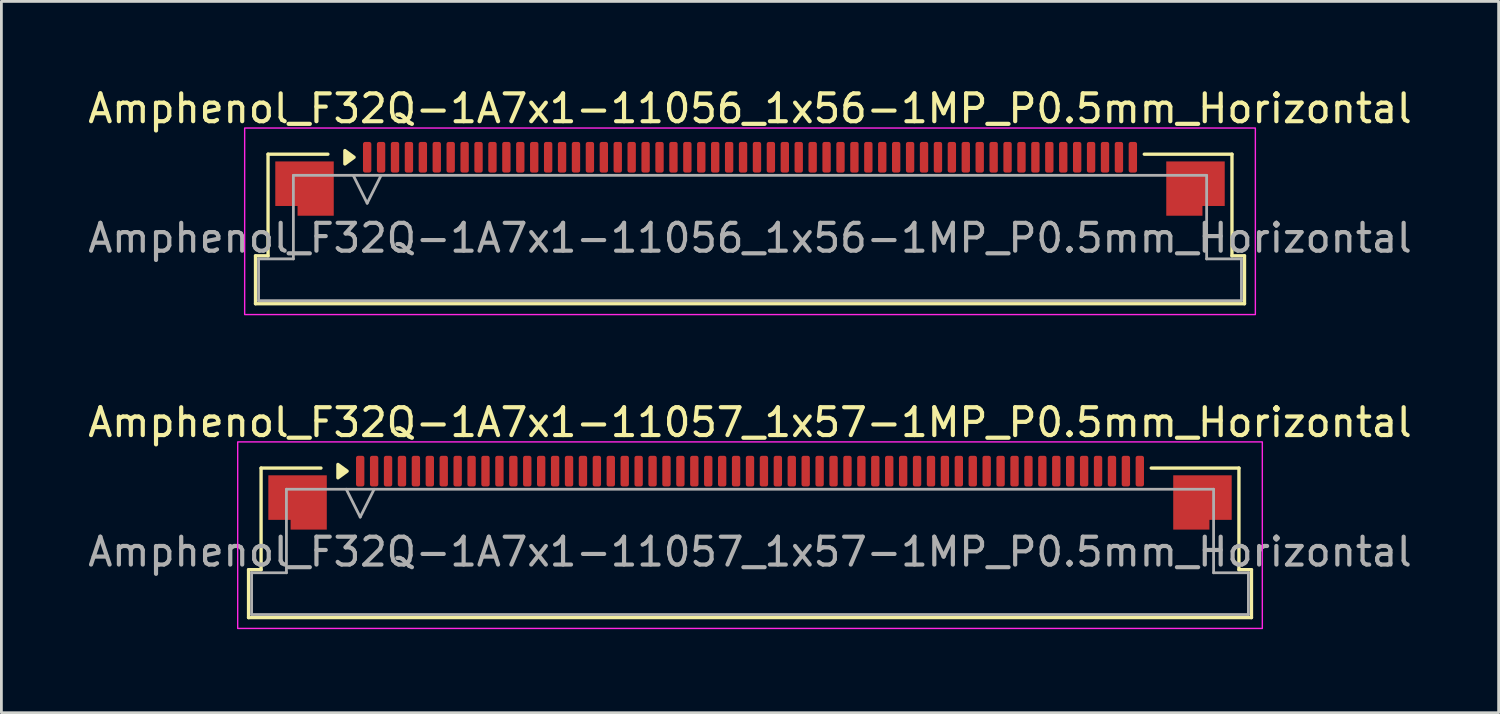
<source format=kicad_pcb>
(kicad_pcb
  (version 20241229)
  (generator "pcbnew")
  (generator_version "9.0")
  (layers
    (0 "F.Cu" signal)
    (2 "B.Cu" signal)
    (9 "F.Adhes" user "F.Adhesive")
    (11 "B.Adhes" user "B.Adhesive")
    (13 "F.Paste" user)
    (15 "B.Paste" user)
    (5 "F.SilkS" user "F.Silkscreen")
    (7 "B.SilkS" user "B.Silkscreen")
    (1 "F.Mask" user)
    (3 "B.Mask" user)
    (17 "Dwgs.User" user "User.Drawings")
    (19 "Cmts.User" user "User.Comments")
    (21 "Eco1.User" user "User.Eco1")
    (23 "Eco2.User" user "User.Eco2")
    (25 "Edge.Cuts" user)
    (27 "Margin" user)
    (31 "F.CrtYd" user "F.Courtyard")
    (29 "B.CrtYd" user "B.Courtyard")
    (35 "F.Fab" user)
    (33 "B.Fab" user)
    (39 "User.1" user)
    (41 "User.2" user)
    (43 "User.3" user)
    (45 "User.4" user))
  (footprint "Amphenol_F32Q-1A7x1-11056_1x56-1MP_P0.5mm_Horizontal"
    (layer "F.Cu")
    (at 23.887 5.498)
    (property "Reference" "Amphenol_F32Q-1A7x1-11056_1x56-1MP_P0.5mm_Horizontal" (at 0 -4.65 0) (layer "F.SilkS") (effects (font (size 1 1) (thickness 0.15))))
    (attr smd)
    (fp_line (start -17.76 0.64) (end -17.31 0.64) (stroke (width 0.12) (type solid)) (layer "F.SilkS"))
    (fp_line (start -17.76 2.36) (end -17.76 0.64) (stroke (width 0.12) (type solid)) (layer "F.SilkS"))
    (fp_line (start -17.31 -3.01) (end -15.16 -3.01) (stroke (width 0.12) (type solid)) (layer "F.SilkS"))
    (fp_line (start -17.31 0.64) (end -17.31 -3.01) (stroke (width 0.12) (type solid)) (layer "F.SilkS"))
    (fp_line (start 14.16 -3.01) (end 17.31 -3.01) (stroke (width 0.12) (type solid)) (layer "F.SilkS"))
    (fp_line (start 17.31 -3.01) (end 17.31 0.64) (stroke (width 0.12) (type solid)) (layer "F.SilkS"))
    (fp_line (start 17.31 0.64) (end 17.76 0.64) (stroke (width 0.12) (type solid)) (layer "F.SilkS"))
    (fp_line (start 17.76 0.64) (end 17.76 2.36) (stroke (width 0.12) (type solid)) (layer "F.SilkS"))
    (fp_line (start 17.76 2.36) (end -17.76 2.36) (stroke (width 0.12) (type solid)) (layer "F.SilkS"))
    (fp_poly (pts (xy -14.22 -2.9) (xy -14.55 -2.66) (xy -14.55 -3.14)) (stroke (width 0.12) (type solid)) (fill yes) (layer "F.SilkS"))
    (fp_rect (start -18.15 -3.95) (end 18.15 2.75) (stroke (width 0.05) (type solid)) (fill no) (layer "F.CrtYd"))
    (fp_line (start -17.65 0.75) (end -16.4 0.75) (stroke (width 0.1) (type solid)) (layer "F.Fab"))
    (fp_line (start -17.65 2.25) (end -17.65 0.75) (stroke (width 0.1) (type solid)) (layer "F.Fab"))
    (fp_line (start -16.4 -2.25) (end 16.4 -2.25) (stroke (width 0.1) (type solid)) (layer "F.Fab"))
    (fp_line (start -16.4 0.75) (end -16.4 -2.25) (stroke (width 0.1) (type solid)) (layer "F.Fab"))
    (fp_line (start -14.25 -2.25) (end -13.75 -1.25) (stroke (width 0.1) (type solid)) (layer "F.Fab"))
    (fp_line (start -13.75 -1.25) (end -13.25 -2.25) (stroke (width 0.1) (type solid)) (layer "F.Fab"))
    (fp_line (start 16.4 -2.25) (end 16.4 0.75) (stroke (width 0.1) (type solid)) (layer "F.Fab"))
    (fp_line (start 16.4 0.75) (end 17.65 0.75) (stroke (width 0.1) (type solid)) (layer "F.Fab"))
    (fp_line (start 17.65 0.75) (end 17.65 2.25) (stroke (width 0.1) (type solid)) (layer "F.Fab"))
    (fp_line (start 17.65 2.25) (end -17.65 2.25) (stroke (width 0.1) (type solid)) (layer "F.Fab"))
    (fp_text user "${REFERENCE}" (at 0 0 0) (layer "F.Fab") (effects (font (size 1 1) (thickness 0.15))))
    (pad "1" smd roundrect (at -13.75 -2.9) (size 0.3 1.1) (layers "F.Cu" "F.Mask" "F.Paste") (roundrect_rratio 0.25))
    (pad "2" smd roundrect (at -13.25 -2.9) (size 0.3 1.1) (layers "F.Cu" "F.Mask" "F.Paste") (roundrect_rratio 0.25))
    (pad "3" smd roundrect (at -12.75 -2.9) (size 0.3 1.1) (layers "F.Cu" "F.Mask" "F.Paste") (roundrect_rratio 0.25))
    (pad "4" smd roundrect (at -12.25 -2.9) (size 0.3 1.1) (layers "F.Cu" "F.Mask" "F.Paste") (roundrect_rratio 0.25))
    (pad "5" smd roundrect (at -11.75 -2.9) (size 0.3 1.1) (layers "F.Cu" "F.Mask" "F.Paste") (roundrect_rratio 0.25))
    (pad "6" smd roundrect (at -11.25 -2.9) (size 0.3 1.1) (layers "F.Cu" "F.Mask" "F.Paste") (roundrect_rratio 0.25))
    (pad "7" smd roundrect (at -10.75 -2.9) (size 0.3 1.1) (layers "F.Cu" "F.Mask" "F.Paste") (roundrect_rratio 0.25))
    (pad "8" smd roundrect (at -10.25 -2.9) (size 0.3 1.1) (layers "F.Cu" "F.Mask" "F.Paste") (roundrect_rratio 0.25))
    (pad "9" smd roundrect (at -9.75 -2.9) (size 0.3 1.1) (layers "F.Cu" "F.Mask" "F.Paste") (roundrect_rratio 0.25))
    (pad "10" smd roundrect (at -9.25 -2.9) (size 0.3 1.1) (layers "F.Cu" "F.Mask" "F.Paste") (roundrect_rratio 0.25))
    (pad "11" smd roundrect (at -8.75 -2.9) (size 0.3 1.1) (layers "F.Cu" "F.Mask" "F.Paste") (roundrect_rratio 0.25))
    (pad "12" smd roundrect (at -8.25 -2.9) (size 0.3 1.1) (layers "F.Cu" "F.Mask" "F.Paste") (roundrect_rratio 0.25))
    (pad "13" smd roundrect (at -7.75 -2.9) (size 0.3 1.1) (layers "F.Cu" "F.Mask" "F.Paste") (roundrect_rratio 0.25))
    (pad "14" smd roundrect (at -7.25 -2.9) (size 0.3 1.1) (layers "F.Cu" "F.Mask" "F.Paste") (roundrect_rratio 0.25))
    (pad "15" smd roundrect (at -6.75 -2.9) (size 0.3 1.1) (layers "F.Cu" "F.Mask" "F.Paste") (roundrect_rratio 0.25))
    (pad "16" smd roundrect (at -6.25 -2.9) (size 0.3 1.1) (layers "F.Cu" "F.Mask" "F.Paste") (roundrect_rratio 0.25))
    (pad "17" smd roundrect (at -5.75 -2.9) (size 0.3 1.1) (layers "F.Cu" "F.Mask" "F.Paste") (roundrect_rratio 0.25))
    (pad "18" smd roundrect (at -5.25 -2.9) (size 0.3 1.1) (layers "F.Cu" "F.Mask" "F.Paste") (roundrect_rratio 0.25))
    (pad "19" smd roundrect (at -4.75 -2.9) (size 0.3 1.1) (layers "F.Cu" "F.Mask" "F.Paste") (roundrect_rratio 0.25))
    (pad "20" smd roundrect (at -4.25 -2.9) (size 0.3 1.1) (layers "F.Cu" "F.Mask" "F.Paste") (roundrect_rratio 0.25))
    (pad "21" smd roundrect (at -3.75 -2.9) (size 0.3 1.1) (layers "F.Cu" "F.Mask" "F.Paste") (roundrect_rratio 0.25))
    (pad "22" smd roundrect (at -3.25 -2.9) (size 0.3 1.1) (layers "F.Cu" "F.Mask" "F.Paste") (roundrect_rratio 0.25))
    (pad "23" smd roundrect (at -2.75 -2.9) (size 0.3 1.1) (layers "F.Cu" "F.Mask" "F.Paste") (roundrect_rratio 0.25))
    (pad "24" smd roundrect (at -2.25 -2.9) (size 0.3 1.1) (layers "F.Cu" "F.Mask" "F.Paste") (roundrect_rratio 0.25))
    (pad "25" smd roundrect (at -1.75 -2.9) (size 0.3 1.1) (layers "F.Cu" "F.Mask" "F.Paste") (roundrect_rratio 0.25))
    (pad "26" smd roundrect (at -1.25 -2.9) (size 0.3 1.1) (layers "F.Cu" "F.Mask" "F.Paste") (roundrect_rratio 0.25))
    (pad "27" smd roundrect (at -0.75 -2.9) (size 0.3 1.1) (layers "F.Cu" "F.Mask" "F.Paste") (roundrect_rratio 0.25))
    (pad "28" smd roundrect (at -0.25 -2.9) (size 0.3 1.1) (layers "F.Cu" "F.Mask" "F.Paste") (roundrect_rratio 0.25))
    (pad "29" smd roundrect (at 0.25 -2.9) (size 0.3 1.1) (layers "F.Cu" "F.Mask" "F.Paste") (roundrect_rratio 0.25))
    (pad "30" smd roundrect (at 0.75 -2.9) (size 0.3 1.1) (layers "F.Cu" "F.Mask" "F.Paste") (roundrect_rratio 0.25))
    (pad "31" smd roundrect (at 1.25 -2.9) (size 0.3 1.1) (layers "F.Cu" "F.Mask" "F.Paste") (roundrect_rratio 0.25))
    (pad "32" smd roundrect (at 1.75 -2.9) (size 0.3 1.1) (layers "F.Cu" "F.Mask" "F.Paste") (roundrect_rratio 0.25))
    (pad "33" smd roundrect (at 2.25 -2.9) (size 0.3 1.1) (layers "F.Cu" "F.Mask" "F.Paste") (roundrect_rratio 0.25))
    (pad "34" smd roundrect (at 2.75 -2.9) (size 0.3 1.1) (layers "F.Cu" "F.Mask" "F.Paste") (roundrect_rratio 0.25))
    (pad "35" smd roundrect (at 3.25 -2.9) (size 0.3 1.1) (layers "F.Cu" "F.Mask" "F.Paste") (roundrect_rratio 0.25))
    (pad "36" smd roundrect (at 3.75 -2.9) (size 0.3 1.1) (layers "F.Cu" "F.Mask" "F.Paste") (roundrect_rratio 0.25))
    (pad "37" smd roundrect (at 4.25 -2.9) (size 0.3 1.1) (layers "F.Cu" "F.Mask" "F.Paste") (roundrect_rratio 0.25))
    (pad "38" smd roundrect (at 4.75 -2.9) (size 0.3 1.1) (layers "F.Cu" "F.Mask" "F.Paste") (roundrect_rratio 0.25))
    (pad "39" smd roundrect (at 5.25 -2.9) (size 0.3 1.1) (layers "F.Cu" "F.Mask" "F.Paste") (roundrect_rratio 0.25))
    (pad "40" smd roundrect (at 5.75 -2.9) (size 0.3 1.1) (layers "F.Cu" "F.Mask" "F.Paste") (roundrect_rratio 0.25))
    (pad "41" smd roundrect (at 6.25 -2.9) (size 0.3 1.1) (layers "F.Cu" "F.Mask" "F.Paste") (roundrect_rratio 0.25))
    (pad "42" smd roundrect (at 6.75 -2.9) (size 0.3 1.1) (layers "F.Cu" "F.Mask" "F.Paste") (roundrect_rratio 0.25))
    (pad "43" smd roundrect (at 7.25 -2.9) (size 0.3 1.1) (layers "F.Cu" "F.Mask" "F.Paste") (roundrect_rratio 0.25))
    (pad "44" smd roundrect (at 7.75 -2.9) (size 0.3 1.1) (layers "F.Cu" "F.Mask" "F.Paste") (roundrect_rratio 0.25))
    (pad "45" smd roundrect (at 8.25 -2.9) (size 0.3 1.1) (layers "F.Cu" "F.Mask" "F.Paste") (roundrect_rratio 0.25))
    (pad "46" smd roundrect (at 8.75 -2.9) (size 0.3 1.1) (layers "F.Cu" "F.Mask" "F.Paste") (roundrect_rratio 0.25))
    (pad "47" smd roundrect (at 9.25 -2.9) (size 0.3 1.1) (layers "F.Cu" "F.Mask" "F.Paste") (roundrect_rratio 0.25))
    (pad "48" smd roundrect (at 9.75 -2.9) (size 0.3 1.1) (layers "F.Cu" "F.Mask" "F.Paste") (roundrect_rratio 0.25))
    (pad "49" smd roundrect (at 10.25 -2.9) (size 0.3 1.1) (layers "F.Cu" "F.Mask" "F.Paste") (roundrect_rratio 0.25))
    (pad "50" smd roundrect (at 10.75 -2.9) (size 0.3 1.1) (layers "F.Cu" "F.Mask" "F.Paste") (roundrect_rratio 0.25))
    (pad "51" smd roundrect (at 11.25 -2.9) (size 0.3 1.1) (layers "F.Cu" "F.Mask" "F.Paste") (roundrect_rratio 0.25))
    (pad "52" smd roundrect (at 11.75 -2.9) (size 0.3 1.1) (layers "F.Cu" "F.Mask" "F.Paste") (roundrect_rratio 0.25))
    (pad "53" smd roundrect (at 12.25 -2.9) (size 0.3 1.1) (layers "F.Cu" "F.Mask" "F.Paste") (roundrect_rratio 0.25))
    (pad "54" smd roundrect (at 12.75 -2.9) (size 0.3 1.1) (layers "F.Cu" "F.Mask" "F.Paste") (roundrect_rratio 0.25))
    (pad "55" smd roundrect (at 13.25 -2.9) (size 0.3 1.1) (layers "F.Cu" "F.Mask" "F.Paste") (roundrect_rratio 0.25))
    (pad "56" smd roundrect (at 13.75 -2.9) (size 0.3 1.1) (layers "F.Cu" "F.Mask" "F.Paste") (roundrect_rratio 0.25))
    (pad "MP" smd custom (at -16 -1.775) (size 1 1) (layers "F.Cu" "F.Mask" "F.Paste") (options (anchor circle)) (primitives (gr_poly (pts (xy 1.05 -0.975) (xy 1.05 0.975) (xy -0.25 0.975) (xy -0.25 0.625) (xy -1.05 0.625) (xy -1.05 -0.975)) (width 0) (fill yes))))
    (pad "MP" smd custom (at 16 -1.775) (size 1 1) (layers "F.Cu" "F.Mask" "F.Paste") (options (anchor circle)) (primitives (gr_poly (pts (xy -1.05 -0.975) (xy -1.05 0.975) (xy 0.25 0.975) (xy 0.25 0.625) (xy 1.05 0.625) (xy 1.05 -0.975)) (width 0) (fill yes)))))
  (footprint "Amphenol_F32Q-1A7x1-11057_1x57-1MP_P0.5mm_Horizontal"
    (layer "F.Cu")
    (at 23.887 16.771)
    (property "Reference" "Amphenol_F32Q-1A7x1-11057_1x57-1MP_P0.5mm_Horizontal" (at 0 -4.65 0) (layer "F.SilkS") (effects (font (size 1 1) (thickness 0.15))))
    (attr smd)
    (fp_line (start -18.01 0.64) (end -17.56 0.64) (stroke (width 0.12) (type solid)) (layer "F.SilkS"))
    (fp_line (start -18.01 2.36) (end -18.01 0.64) (stroke (width 0.12) (type solid)) (layer "F.SilkS"))
    (fp_line (start -17.56 -3.01) (end -15.41 -3.01) (stroke (width 0.12) (type solid)) (layer "F.SilkS"))
    (fp_line (start -17.56 0.64) (end -17.56 -3.01) (stroke (width 0.12) (type solid)) (layer "F.SilkS"))
    (fp_line (start 14.41 -3.01) (end 17.56 -3.01) (stroke (width 0.12) (type solid)) (layer "F.SilkS"))
    (fp_line (start 17.56 -3.01) (end 17.56 0.64) (stroke (width 0.12) (type solid)) (layer "F.SilkS"))
    (fp_line (start 17.56 0.64) (end 18.01 0.64) (stroke (width 0.12) (type solid)) (layer "F.SilkS"))
    (fp_line (start 18.01 0.64) (end 18.01 2.36) (stroke (width 0.12) (type solid)) (layer "F.SilkS"))
    (fp_line (start 18.01 2.36) (end -18.01 2.36) (stroke (width 0.12) (type solid)) (layer "F.SilkS"))
    (fp_poly (pts (xy -14.47 -2.9) (xy -14.8 -2.66) (xy -14.8 -3.14)) (stroke (width 0.12) (type solid)) (fill yes) (layer "F.SilkS"))
    (fp_rect (start -18.4 -3.95) (end 18.4 2.75) (stroke (width 0.05) (type solid)) (fill no) (layer "F.CrtYd"))
    (fp_line (start -17.9 0.75) (end -16.65 0.75) (stroke (width 0.1) (type solid)) (layer "F.Fab"))
    (fp_line (start -17.9 2.25) (end -17.9 0.75) (stroke (width 0.1) (type solid)) (layer "F.Fab"))
    (fp_line (start -16.65 -2.25) (end 16.65 -2.25) (stroke (width 0.1) (type solid)) (layer "F.Fab"))
    (fp_line (start -16.65 0.75) (end -16.65 -2.25) (stroke (width 0.1) (type solid)) (layer "F.Fab"))
    (fp_line (start -14.5 -2.25) (end -14 -1.25) (stroke (width 0.1) (type solid)) (layer "F.Fab"))
    (fp_line (start -14 -1.25) (end -13.5 -2.25) (stroke (width 0.1) (type solid)) (layer "F.Fab"))
    (fp_line (start 16.65 -2.25) (end 16.65 0.75) (stroke (width 0.1) (type solid)) (layer "F.Fab"))
    (fp_line (start 16.65 0.75) (end 17.9 0.75) (stroke (width 0.1) (type solid)) (layer "F.Fab"))
    (fp_line (start 17.9 0.75) (end 17.9 2.25) (stroke (width 0.1) (type solid)) (layer "F.Fab"))
    (fp_line (start 17.9 2.25) (end -17.9 2.25) (stroke (width 0.1) (type solid)) (layer "F.Fab"))
    (fp_text user "${REFERENCE}" (at 0 0 0) (layer "F.Fab") (effects (font (size 1 1) (thickness 0.15))))
    (pad "1" smd roundrect (at -14 -2.9) (size 0.3 1.1) (layers "F.Cu" "F.Mask" "F.Paste") (roundrect_rratio 0.25))
    (pad "2" smd roundrect (at -13.5 -2.9) (size 0.3 1.1) (layers "F.Cu" "F.Mask" "F.Paste") (roundrect_rratio 0.25))
    (pad "3" smd roundrect (at -13 -2.9) (size 0.3 1.1) (layers "F.Cu" "F.Mask" "F.Paste") (roundrect_rratio 0.25))
    (pad "4" smd roundrect (at -12.5 -2.9) (size 0.3 1.1) (layers "F.Cu" "F.Mask" "F.Paste") (roundrect_rratio 0.25))
    (pad "5" smd roundrect (at -12 -2.9) (size 0.3 1.1) (layers "F.Cu" "F.Mask" "F.Paste") (roundrect_rratio 0.25))
    (pad "6" smd roundrect (at -11.5 -2.9) (size 0.3 1.1) (layers "F.Cu" "F.Mask" "F.Paste") (roundrect_rratio 0.25))
    (pad "7" smd roundrect (at -11 -2.9) (size 0.3 1.1) (layers "F.Cu" "F.Mask" "F.Paste") (roundrect_rratio 0.25))
    (pad "8" smd roundrect (at -10.5 -2.9) (size 0.3 1.1) (layers "F.Cu" "F.Mask" "F.Paste") (roundrect_rratio 0.25))
    (pad "9" smd roundrect (at -10 -2.9) (size 0.3 1.1) (layers "F.Cu" "F.Mask" "F.Paste") (roundrect_rratio 0.25))
    (pad "10" smd roundrect (at -9.5 -2.9) (size 0.3 1.1) (layers "F.Cu" "F.Mask" "F.Paste") (roundrect_rratio 0.25))
    (pad "11" smd roundrect (at -9 -2.9) (size 0.3 1.1) (layers "F.Cu" "F.Mask" "F.Paste") (roundrect_rratio 0.25))
    (pad "12" smd roundrect (at -8.5 -2.9) (size 0.3 1.1) (layers "F.Cu" "F.Mask" "F.Paste") (roundrect_rratio 0.25))
    (pad "13" smd roundrect (at -8 -2.9) (size 0.3 1.1) (layers "F.Cu" "F.Mask" "F.Paste") (roundrect_rratio 0.25))
    (pad "14" smd roundrect (at -7.5 -2.9) (size 0.3 1.1) (layers "F.Cu" "F.Mask" "F.Paste") (roundrect_rratio 0.25))
    (pad "15" smd roundrect (at -7 -2.9) (size 0.3 1.1) (layers "F.Cu" "F.Mask" "F.Paste") (roundrect_rratio 0.25))
    (pad "16" smd roundrect (at -6.5 -2.9) (size 0.3 1.1) (layers "F.Cu" "F.Mask" "F.Paste") (roundrect_rratio 0.25))
    (pad "17" smd roundrect (at -6 -2.9) (size 0.3 1.1) (layers "F.Cu" "F.Mask" "F.Paste") (roundrect_rratio 0.25))
    (pad "18" smd roundrect (at -5.5 -2.9) (size 0.3 1.1) (layers "F.Cu" "F.Mask" "F.Paste") (roundrect_rratio 0.25))
    (pad "19" smd roundrect (at -5 -2.9) (size 0.3 1.1) (layers "F.Cu" "F.Mask" "F.Paste") (roundrect_rratio 0.25))
    (pad "20" smd roundrect (at -4.5 -2.9) (size 0.3 1.1) (layers "F.Cu" "F.Mask" "F.Paste") (roundrect_rratio 0.25))
    (pad "21" smd roundrect (at -4 -2.9) (size 0.3 1.1) (layers "F.Cu" "F.Mask" "F.Paste") (roundrect_rratio 0.25))
    (pad "22" smd roundrect (at -3.5 -2.9) (size 0.3 1.1) (layers "F.Cu" "F.Mask" "F.Paste") (roundrect_rratio 0.25))
    (pad "23" smd roundrect (at -3 -2.9) (size 0.3 1.1) (layers "F.Cu" "F.Mask" "F.Paste") (roundrect_rratio 0.25))
    (pad "24" smd roundrect (at -2.5 -2.9) (size 0.3 1.1) (layers "F.Cu" "F.Mask" "F.Paste") (roundrect_rratio 0.25))
    (pad "25" smd roundrect (at -2 -2.9) (size 0.3 1.1) (layers "F.Cu" "F.Mask" "F.Paste") (roundrect_rratio 0.25))
    (pad "26" smd roundrect (at -1.5 -2.9) (size 0.3 1.1) (layers "F.Cu" "F.Mask" "F.Paste") (roundrect_rratio 0.25))
    (pad "27" smd roundrect (at -1 -2.9) (size 0.3 1.1) (layers "F.Cu" "F.Mask" "F.Paste") (roundrect_rratio 0.25))
    (pad "28" smd roundrect (at -0.5 -2.9) (size 0.3 1.1) (layers "F.Cu" "F.Mask" "F.Paste") (roundrect_rratio 0.25))
    (pad "29" smd roundrect (at 0 -2.9) (size 0.3 1.1) (layers "F.Cu" "F.Mask" "F.Paste") (roundrect_rratio 0.25))
    (pad "30" smd roundrect (at 0.5 -2.9) (size 0.3 1.1) (layers "F.Cu" "F.Mask" "F.Paste") (roundrect_rratio 0.25))
    (pad "31" smd roundrect (at 1 -2.9) (size 0.3 1.1) (layers "F.Cu" "F.Mask" "F.Paste") (roundrect_rratio 0.25))
    (pad "32" smd roundrect (at 1.5 -2.9) (size 0.3 1.1) (layers "F.Cu" "F.Mask" "F.Paste") (roundrect_rratio 0.25))
    (pad "33" smd roundrect (at 2 -2.9) (size 0.3 1.1) (layers "F.Cu" "F.Mask" "F.Paste") (roundrect_rratio 0.25))
    (pad "34" smd roundrect (at 2.5 -2.9) (size 0.3 1.1) (layers "F.Cu" "F.Mask" "F.Paste") (roundrect_rratio 0.25))
    (pad "35" smd roundrect (at 3 -2.9) (size 0.3 1.1) (layers "F.Cu" "F.Mask" "F.Paste") (roundrect_rratio 0.25))
    (pad "36" smd roundrect (at 3.5 -2.9) (size 0.3 1.1) (layers "F.Cu" "F.Mask" "F.Paste") (roundrect_rratio 0.25))
    (pad "37" smd roundrect (at 4 -2.9) (size 0.3 1.1) (layers "F.Cu" "F.Mask" "F.Paste") (roundrect_rratio 0.25))
    (pad "38" smd roundrect (at 4.5 -2.9) (size 0.3 1.1) (layers "F.Cu" "F.Mask" "F.Paste") (roundrect_rratio 0.25))
    (pad "39" smd roundrect (at 5 -2.9) (size 0.3 1.1) (layers "F.Cu" "F.Mask" "F.Paste") (roundrect_rratio 0.25))
    (pad "40" smd roundrect (at 5.5 -2.9) (size 0.3 1.1) (layers "F.Cu" "F.Mask" "F.Paste") (roundrect_rratio 0.25))
    (pad "41" smd roundrect (at 6 -2.9) (size 0.3 1.1) (layers "F.Cu" "F.Mask" "F.Paste") (roundrect_rratio 0.25))
    (pad "42" smd roundrect (at 6.5 -2.9) (size 0.3 1.1) (layers "F.Cu" "F.Mask" "F.Paste") (roundrect_rratio 0.25))
    (pad "43" smd roundrect (at 7 -2.9) (size 0.3 1.1) (layers "F.Cu" "F.Mask" "F.Paste") (roundrect_rratio 0.25))
    (pad "44" smd roundrect (at 7.5 -2.9) (size 0.3 1.1) (layers "F.Cu" "F.Mask" "F.Paste") (roundrect_rratio 0.25))
    (pad "45" smd roundrect (at 8 -2.9) (size 0.3 1.1) (layers "F.Cu" "F.Mask" "F.Paste") (roundrect_rratio 0.25))
    (pad "46" smd roundrect (at 8.5 -2.9) (size 0.3 1.1) (layers "F.Cu" "F.Mask" "F.Paste") (roundrect_rratio 0.25))
    (pad "47" smd roundrect (at 9 -2.9) (size 0.3 1.1) (layers "F.Cu" "F.Mask" "F.Paste") (roundrect_rratio 0.25))
    (pad "48" smd roundrect (at 9.5 -2.9) (size 0.3 1.1) (layers "F.Cu" "F.Mask" "F.Paste") (roundrect_rratio 0.25))
    (pad "49" smd roundrect (at 10 -2.9) (size 0.3 1.1) (layers "F.Cu" "F.Mask" "F.Paste") (roundrect_rratio 0.25))
    (pad "50" smd roundrect (at 10.5 -2.9) (size 0.3 1.1) (layers "F.Cu" "F.Mask" "F.Paste") (roundrect_rratio 0.25))
    (pad "51" smd roundrect (at 11 -2.9) (size 0.3 1.1) (layers "F.Cu" "F.Mask" "F.Paste") (roundrect_rratio 0.25))
    (pad "52" smd roundrect (at 11.5 -2.9) (size 0.3 1.1) (layers "F.Cu" "F.Mask" "F.Paste") (roundrect_rratio 0.25))
    (pad "53" smd roundrect (at 12 -2.9) (size 0.3 1.1) (layers "F.Cu" "F.Mask" "F.Paste") (roundrect_rratio 0.25))
    (pad "54" smd roundrect (at 12.5 -2.9) (size 0.3 1.1) (layers "F.Cu" "F.Mask" "F.Paste") (roundrect_rratio 0.25))
    (pad "55" smd roundrect (at 13 -2.9) (size 0.3 1.1) (layers "F.Cu" "F.Mask" "F.Paste") (roundrect_rratio 0.25))
    (pad "56" smd roundrect (at 13.5 -2.9) (size 0.3 1.1) (layers "F.Cu" "F.Mask" "F.Paste") (roundrect_rratio 0.25))
    (pad "57" smd roundrect (at 14 -2.9) (size 0.3 1.1) (layers "F.Cu" "F.Mask" "F.Paste") (roundrect_rratio 0.25))
    (pad "MP" smd custom (at -16.25 -1.775) (size 1 1) (layers "F.Cu" "F.Mask" "F.Paste") (options (anchor circle)) (primitives (gr_poly (pts (xy 1.05 -0.975) (xy 1.05 0.975) (xy -0.25 0.975) (xy -0.25 0.625) (xy -1.05 0.625) (xy -1.05 -0.975)) (width 0) (fill yes))))
    (pad "MP" smd custom (at 16.25 -1.775) (size 1 1) (layers "F.Cu" "F.Mask" "F.Paste") (options (anchor circle)) (primitives (gr_poly (pts (xy -1.05 -0.975) (xy -1.05 0.975) (xy 0.25 0.975) (xy 0.25 0.625) (xy 1.05 0.625) (xy 1.05 -0.975)) (width 0) (fill yes)))))
  (gr_rect
    (start -3 -3)
    (end 50.774 22.547)
    (stroke (width 0.1) (type default))
    (fill no)
    (layer "Edge.Cuts")))
</source>
